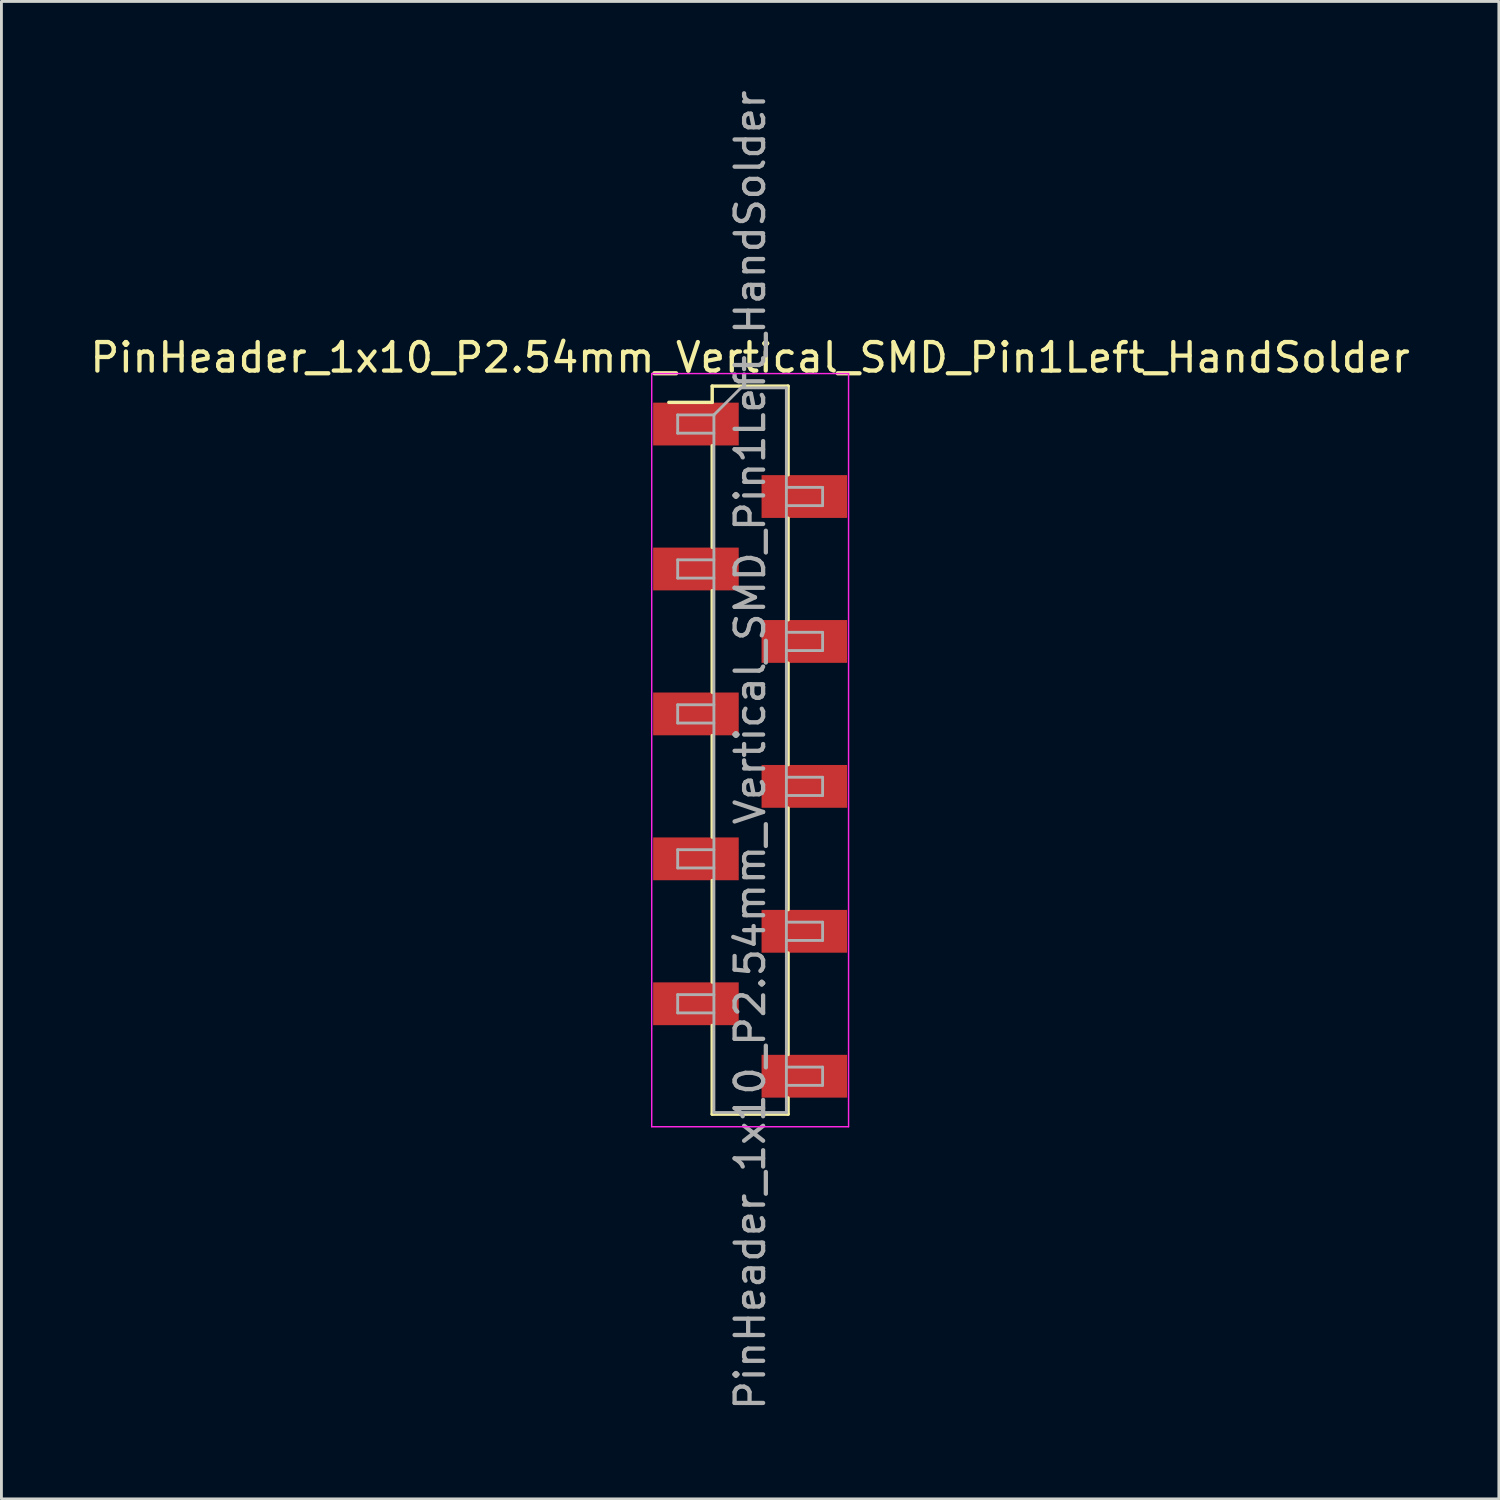
<source format=kicad_pcb>
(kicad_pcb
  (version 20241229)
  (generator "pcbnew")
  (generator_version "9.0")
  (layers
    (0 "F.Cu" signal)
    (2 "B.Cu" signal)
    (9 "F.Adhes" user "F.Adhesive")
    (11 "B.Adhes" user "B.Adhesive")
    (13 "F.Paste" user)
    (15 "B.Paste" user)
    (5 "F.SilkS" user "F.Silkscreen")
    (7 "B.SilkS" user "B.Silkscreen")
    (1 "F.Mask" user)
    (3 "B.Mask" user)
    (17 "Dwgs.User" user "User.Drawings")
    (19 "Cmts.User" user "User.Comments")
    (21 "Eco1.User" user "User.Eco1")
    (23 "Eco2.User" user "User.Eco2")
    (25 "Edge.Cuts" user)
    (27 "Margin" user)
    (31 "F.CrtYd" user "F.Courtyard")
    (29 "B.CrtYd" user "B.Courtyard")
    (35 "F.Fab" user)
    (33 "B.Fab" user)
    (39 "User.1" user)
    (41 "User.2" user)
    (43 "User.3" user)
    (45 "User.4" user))
  (footprint "PinHeader_1x10_P2.54mm_Vertical_SMD_Pin1Left_HandSolder"
    (layer "F.Cu")
    (at 23.244 23.244)
    (property "Reference" "PinHeader_1x10_P2.54mm_Vertical_SMD_Pin1Left_HandSolder" (at 0 -13.76 0) (layer "F.SilkS") (effects (font (size 1 1) (thickness 0.15))))
    (attr smd)
    (fp_line (start -1.33 -12.76) (end -1.33 -12.19) (stroke (width 0.12) (type solid)) (layer "F.SilkS"))
    (fp_line (start -1.33 -12.76) (end 1.33 -12.76) (stroke (width 0.12) (type solid)) (layer "F.SilkS"))
    (fp_line (start -1.33 -12.19) (end -2.85 -12.19) (stroke (width 0.12) (type solid)) (layer "F.SilkS"))
    (fp_line (start -1.33 -10.67) (end -1.33 -7.11) (stroke (width 0.12) (type solid)) (layer "F.SilkS"))
    (fp_line (start -1.33 -5.59) (end -1.33 -2.03) (stroke (width 0.12) (type solid)) (layer "F.SilkS"))
    (fp_line (start -1.33 -0.51) (end -1.33 3.05) (stroke (width 0.12) (type solid)) (layer "F.SilkS"))
    (fp_line (start -1.33 4.57) (end -1.33 8.13) (stroke (width 0.12) (type solid)) (layer "F.SilkS"))
    (fp_line (start -1.33 9.65) (end -1.33 12.76) (stroke (width 0.12) (type solid)) (layer "F.SilkS"))
    (fp_line (start -1.33 12.76) (end 1.33 12.76) (stroke (width 0.12) (type solid)) (layer "F.SilkS"))
    (fp_line (start 1.33 -12.76) (end 1.33 -9.65) (stroke (width 0.12) (type solid)) (layer "F.SilkS"))
    (fp_line (start 1.33 -8.13) (end 1.33 -4.57) (stroke (width 0.12) (type solid)) (layer "F.SilkS"))
    (fp_line (start 1.33 -3.05) (end 1.33 0.51) (stroke (width 0.12) (type solid)) (layer "F.SilkS"))
    (fp_line (start 1.33 2.03) (end 1.33 5.59) (stroke (width 0.12) (type solid)) (layer "F.SilkS"))
    (fp_line (start 1.33 7.11) (end 1.33 10.67) (stroke (width 0.12) (type solid)) (layer "F.SilkS"))
    (fp_line (start 1.33 12.19) (end 1.33 12.76) (stroke (width 0.12) (type solid)) (layer "F.SilkS"))
    (fp_line (start -3.45 -13.2) (end -3.45 13.2) (stroke (width 0.05) (type solid)) (layer "F.CrtYd"))
    (fp_line (start -3.45 13.2) (end 3.45 13.2) (stroke (width 0.05) (type solid)) (layer "F.CrtYd"))
    (fp_line (start 3.45 -13.2) (end -3.45 -13.2) (stroke (width 0.05) (type solid)) (layer "F.CrtYd"))
    (fp_line (start 3.45 13.2) (end 3.45 -13.2) (stroke (width 0.05) (type solid)) (layer "F.CrtYd"))
    (fp_line (start -2.54 -11.75) (end -2.54 -11.11) (stroke (width 0.1) (type solid)) (layer "F.Fab"))
    (fp_line (start -2.54 -11.11) (end -1.27 -11.11) (stroke (width 0.1) (type solid)) (layer "F.Fab"))
    (fp_line (start -2.54 -6.67) (end -2.54 -6.03) (stroke (width 0.1) (type solid)) (layer "F.Fab"))
    (fp_line (start -2.54 -6.03) (end -1.27 -6.03) (stroke (width 0.1) (type solid)) (layer "F.Fab"))
    (fp_line (start -2.54 -1.59) (end -2.54 -0.95) (stroke (width 0.1) (type solid)) (layer "F.Fab"))
    (fp_line (start -2.54 -0.95) (end -1.27 -0.95) (stroke (width 0.1) (type solid)) (layer "F.Fab"))
    (fp_line (start -2.54 3.49) (end -2.54 4.13) (stroke (width 0.1) (type solid)) (layer "F.Fab"))
    (fp_line (start -2.54 4.13) (end -1.27 4.13) (stroke (width 0.1) (type solid)) (layer "F.Fab"))
    (fp_line (start -2.54 8.57) (end -2.54 9.21) (stroke (width 0.1) (type solid)) (layer "F.Fab"))
    (fp_line (start -2.54 9.21) (end -1.27 9.21) (stroke (width 0.1) (type solid)) (layer "F.Fab"))
    (fp_line (start -1.27 -11.75) (end -2.54 -11.75) (stroke (width 0.1) (type solid)) (layer "F.Fab"))
    (fp_line (start -1.27 -11.75) (end -0.32 -12.7) (stroke (width 0.1) (type solid)) (layer "F.Fab"))
    (fp_line (start -1.27 -6.67) (end -2.54 -6.67) (stroke (width 0.1) (type solid)) (layer "F.Fab"))
    (fp_line (start -1.27 -1.59) (end -2.54 -1.59) (stroke (width 0.1) (type solid)) (layer "F.Fab"))
    (fp_line (start -1.27 3.49) (end -2.54 3.49) (stroke (width 0.1) (type solid)) (layer "F.Fab"))
    (fp_line (start -1.27 8.57) (end -2.54 8.57) (stroke (width 0.1) (type solid)) (layer "F.Fab"))
    (fp_line (start -1.27 12.7) (end -1.27 -11.75) (stroke (width 0.1) (type solid)) (layer "F.Fab"))
    (fp_line (start -0.32 -12.7) (end 1.27 -12.7) (stroke (width 0.1) (type solid)) (layer "F.Fab"))
    (fp_line (start 1.27 -12.7) (end 1.27 12.7) (stroke (width 0.1) (type solid)) (layer "F.Fab"))
    (fp_line (start 1.27 -9.21) (end 2.54 -9.21) (stroke (width 0.1) (type solid)) (layer "F.Fab"))
    (fp_line (start 1.27 -4.13) (end 2.54 -4.13) (stroke (width 0.1) (type solid)) (layer "F.Fab"))
    (fp_line (start 1.27 0.95) (end 2.54 0.95) (stroke (width 0.1) (type solid)) (layer "F.Fab"))
    (fp_line (start 1.27 6.03) (end 2.54 6.03) (stroke (width 0.1) (type solid)) (layer "F.Fab"))
    (fp_line (start 1.27 11.11) (end 2.54 11.11) (stroke (width 0.1) (type solid)) (layer "F.Fab"))
    (fp_line (start 1.27 12.7) (end -1.27 12.7) (stroke (width 0.1) (type solid)) (layer "F.Fab"))
    (fp_line (start 2.54 -9.21) (end 2.54 -8.57) (stroke (width 0.1) (type solid)) (layer "F.Fab"))
    (fp_line (start 2.54 -8.57) (end 1.27 -8.57) (stroke (width 0.1) (type solid)) (layer "F.Fab"))
    (fp_line (start 2.54 -4.13) (end 2.54 -3.49) (stroke (width 0.1) (type solid)) (layer "F.Fab"))
    (fp_line (start 2.54 -3.49) (end 1.27 -3.49) (stroke (width 0.1) (type solid)) (layer "F.Fab"))
    (fp_line (start 2.54 0.95) (end 2.54 1.59) (stroke (width 0.1) (type solid)) (layer "F.Fab"))
    (fp_line (start 2.54 1.59) (end 1.27 1.59) (stroke (width 0.1) (type solid)) (layer "F.Fab"))
    (fp_line (start 2.54 6.03) (end 2.54 6.67) (stroke (width 0.1) (type solid)) (layer "F.Fab"))
    (fp_line (start 2.54 6.67) (end 1.27 6.67) (stroke (width 0.1) (type solid)) (layer "F.Fab"))
    (fp_line (start 2.54 11.11) (end 2.54 11.75) (stroke (width 0.1) (type solid)) (layer "F.Fab"))
    (fp_line (start 2.54 11.75) (end 1.27 11.75) (stroke (width 0.1) (type solid)) (layer "F.Fab"))
    (fp_text user "${REFERENCE}" (at 0 0 90) (layer "F.Fab") (effects (font (size 1 1) (thickness 0.15))))
    (pad "1" smd rect (at -1.9 -11.43) (size 3 1.5) (layers "F.Cu" "F.Mask" "F.Paste"))
    (pad "2" smd rect (at 1.9 -8.89) (size 3 1.5) (layers "F.Cu" "F.Mask" "F.Paste"))
    (pad "3" smd rect (at -1.9 -6.35) (size 3 1.5) (layers "F.Cu" "F.Mask" "F.Paste"))
    (pad "4" smd rect (at 1.9 -3.81) (size 3 1.5) (layers "F.Cu" "F.Mask" "F.Paste"))
    (pad "5" smd rect (at -1.9 -1.27) (size 3 1.5) (layers "F.Cu" "F.Mask" "F.Paste"))
    (pad "6" smd rect (at 1.9 1.27) (size 3 1.5) (layers "F.Cu" "F.Mask" "F.Paste"))
    (pad "7" smd rect (at -1.9 3.81) (size 3 1.5) (layers "F.Cu" "F.Mask" "F.Paste"))
    (pad "8" smd rect (at 1.9 6.35) (size 3 1.5) (layers "F.Cu" "F.Mask" "F.Paste"))
    (pad "9" smd rect (at -1.9 8.89) (size 3 1.5) (layers "F.Cu" "F.Mask" "F.Paste"))
    (pad "10" smd rect (at 1.9 11.43) (size 3 1.5) (layers "F.Cu" "F.Mask" "F.Paste")))
  (gr_rect
    (start -3 -3)
    (end 49.488 49.488)
    (stroke (width 0.1) (type default))
    (fill no)
    (layer "Edge.Cuts")))
</source>
